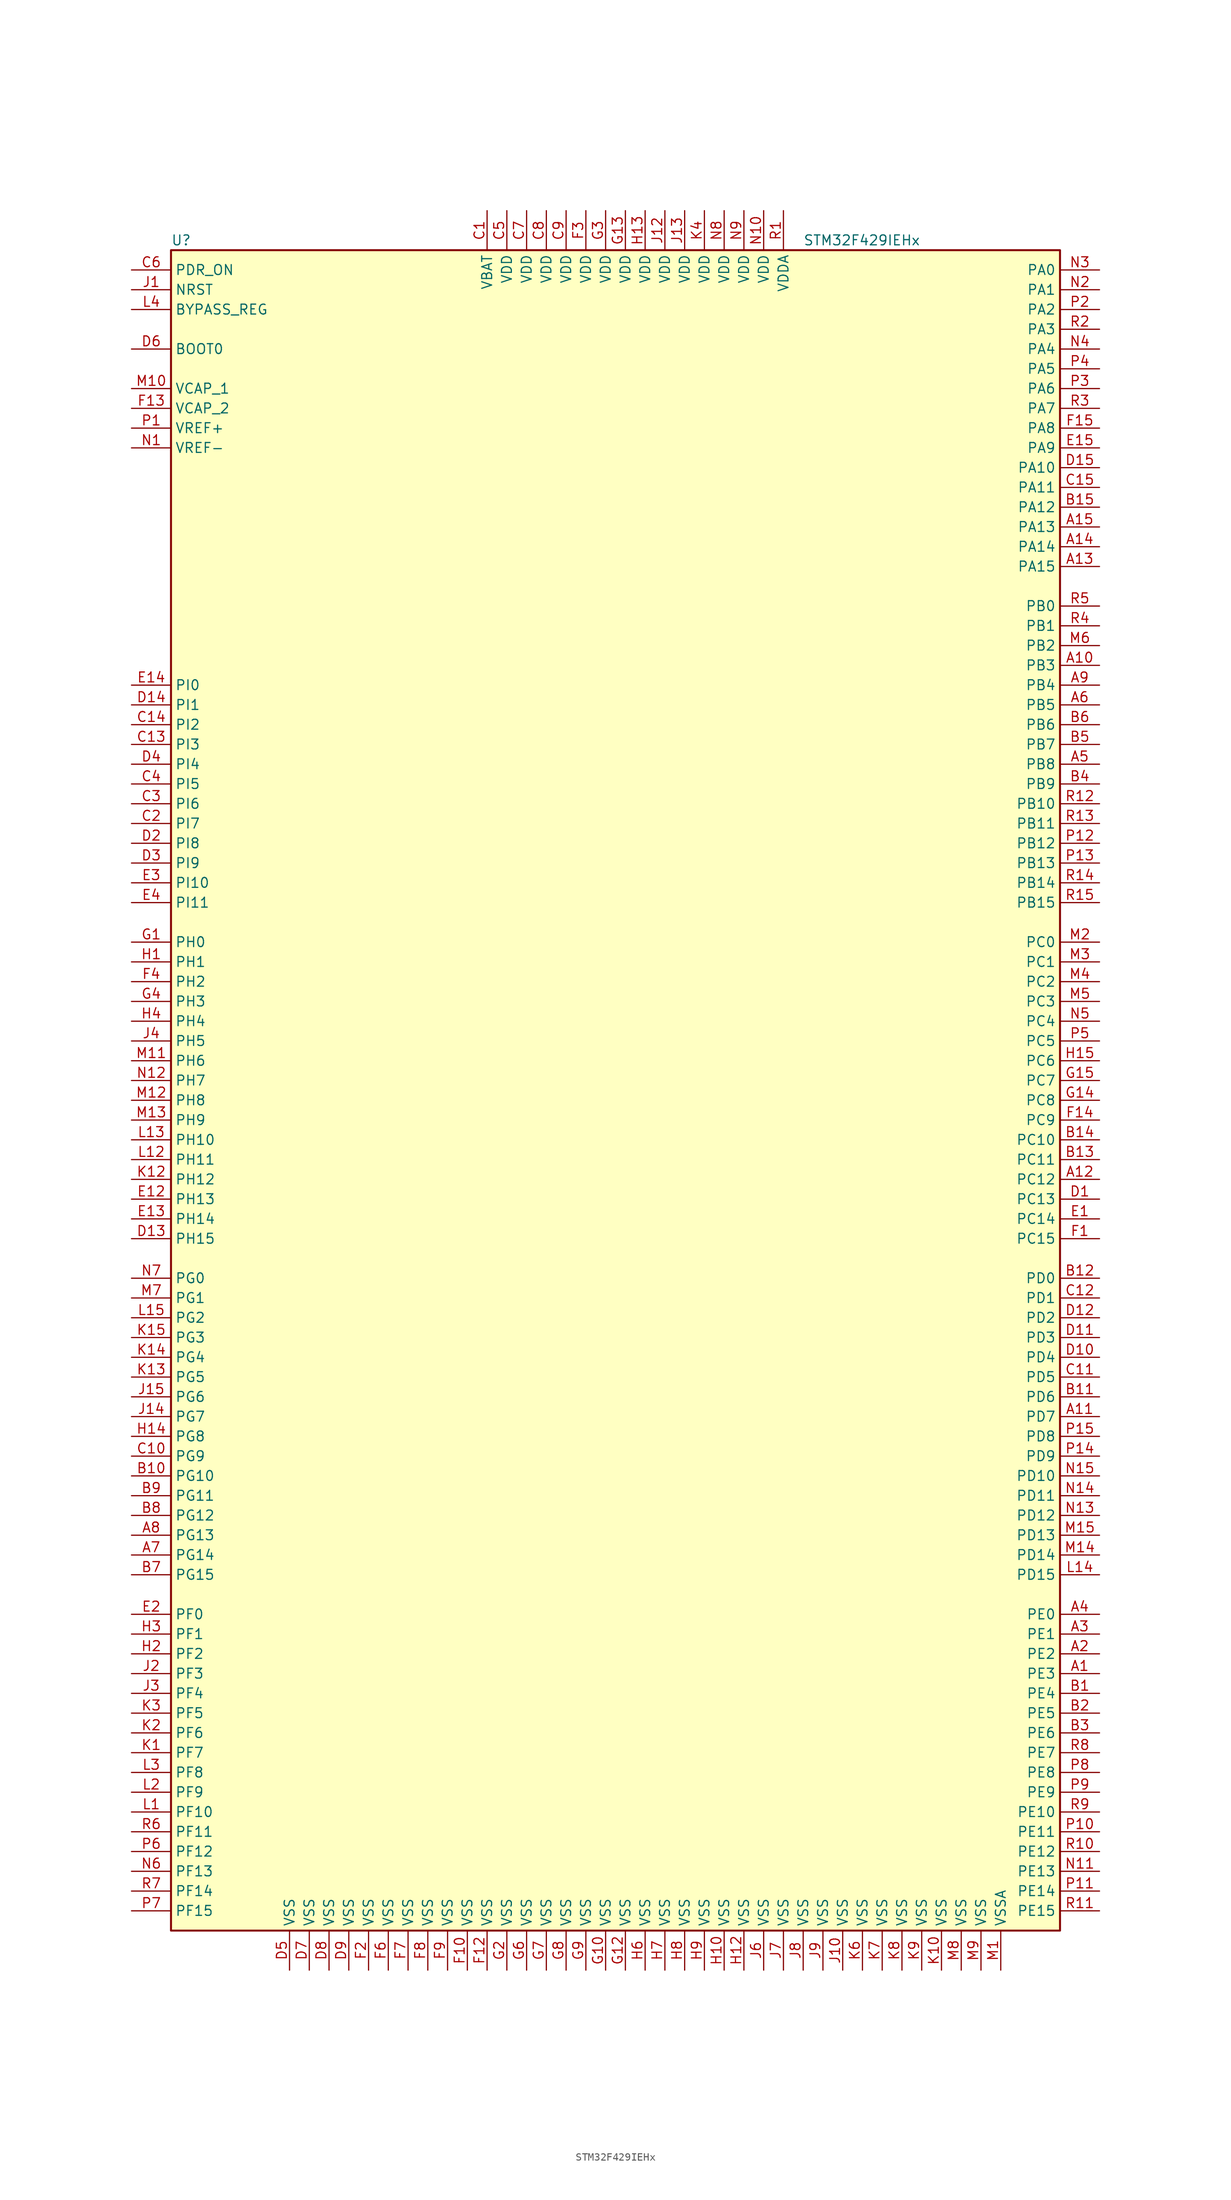
<source format=kicad_sym>
(kicad_symbol_lib
  (version 20211014)
  (generator kicad_symbol_editor)
  (symbol "STM32F429IEHx"
    (property "Reference" "U"
      (at -58.42 107.95 0)
      (effects (font (size 1.27 1.27)) (justify left)))
    (property "Value" "STM32F429IEHx"
      (at 22.86 107.95 0)
      (effects (font (size 1.27 1.27)) (justify left)))
    (symbol "STM32F429IEHx_0_1"
      (rectangle (start -58.42 -109.22) (end 55.88 106.68) (stroke (width 0.254) (type default) (color 0 0 0 0)) (fill (type background))))
    (symbol "STM32F429IEHx_1_1"
      (pin bidirectional line (at 60.96 -76.2 180) (length 5.08) (name "PE3" (effects (font (size 1.27 1.27)))) (number "A1" (effects (font (size 1.27 1.27)))))
      (pin bidirectional line (at 60.96 53.34 180) (length 5.08) (name "PB3" (effects (font (size 1.27 1.27)))) (number "A10" (effects (font (size 1.27 1.27)))))
      (pin bidirectional line (at 60.96 -43.18 180) (length 5.08) (name "PD7" (effects (font (size 1.27 1.27)))) (number "A11" (effects (font (size 1.27 1.27)))))
      (pin bidirectional line (at 60.96 -12.7 180) (length 5.08) (name "PC12" (effects (font (size 1.27 1.27)))) (number "A12" (effects (font (size 1.27 1.27)))))
      (pin bidirectional line (at 60.96 66.04 180) (length 5.08) (name "PA15" (effects (font (size 1.27 1.27)))) (number "A13" (effects (font (size 1.27 1.27)))))
      (pin bidirectional line (at 60.96 68.58 180) (length 5.08) (name "PA14" (effects (font (size 1.27 1.27)))) (number "A14" (effects (font (size 1.27 1.27)))))
      (pin bidirectional line (at 60.96 71.12 180) (length 5.08) (name "PA13" (effects (font (size 1.27 1.27)))) (number "A15" (effects (font (size 1.27 1.27)))))
      (pin bidirectional line (at 60.96 -73.66 180) (length 5.08) (name "PE2" (effects (font (size 1.27 1.27)))) (number "A2" (effects (font (size 1.27 1.27)))))
      (pin bidirectional line (at 60.96 -71.12 180) (length 5.08) (name "PE1" (effects (font (size 1.27 1.27)))) (number "A3" (effects (font (size 1.27 1.27)))))
      (pin bidirectional line (at 60.96 -68.58 180) (length 5.08) (name "PE0" (effects (font (size 1.27 1.27)))) (number "A4" (effects (font (size 1.27 1.27)))))
      (pin bidirectional line (at 60.96 40.64 180) (length 5.08) (name "PB8" (effects (font (size 1.27 1.27)))) (number "A5" (effects (font (size 1.27 1.27)))))
      (pin bidirectional line (at 60.96 48.26 180) (length 5.08) (name "PB5" (effects (font (size 1.27 1.27)))) (number "A6" (effects (font (size 1.27 1.27)))))
      (pin bidirectional line (at -63.5 -60.96 0) (length 5.08) (name "PG14" (effects (font (size 1.27 1.27)))) (number "A7" (effects (font (size 1.27 1.27)))))
      (pin bidirectional line (at -63.5 -58.42 0) (length 5.08) (name "PG13" (effects (font (size 1.27 1.27)))) (number "A8" (effects (font (size 1.27 1.27)))))
      (pin bidirectional line (at 60.96 50.8 180) (length 5.08) (name "PB4" (effects (font (size 1.27 1.27)))) (number "A9" (effects (font (size 1.27 1.27)))))
      (pin bidirectional line (at 60.96 -78.74 180) (length 5.08) (name "PE4" (effects (font (size 1.27 1.27)))) (number "B1" (effects (font (size 1.27 1.27)))))
      (pin bidirectional line (at -63.5 -50.8 0) (length 5.08) (name "PG10" (effects (font (size 1.27 1.27)))) (number "B10" (effects (font (size 1.27 1.27)))))
      (pin bidirectional line (at 60.96 -40.64 180) (length 5.08) (name "PD6" (effects (font (size 1.27 1.27)))) (number "B11" (effects (font (size 1.27 1.27)))))
      (pin bidirectional line (at 60.96 -25.4 180) (length 5.08) (name "PD0" (effects (font (size 1.27 1.27)))) (number "B12" (effects (font (size 1.27 1.27)))))
      (pin bidirectional line (at 60.96 -10.16 180) (length 5.08) (name "PC11" (effects (font (size 1.27 1.27)))) (number "B13" (effects (font (size 1.27 1.27)))))
      (pin bidirectional line (at 60.96 -7.62 180) (length 5.08) (name "PC10" (effects (font (size 1.27 1.27)))) (number "B14" (effects (font (size 1.27 1.27)))))
      (pin bidirectional line (at 60.96 73.66 180) (length 5.08) (name "PA12" (effects (font (size 1.27 1.27)))) (number "B15" (effects (font (size 1.27 1.27)))))
      (pin bidirectional line (at 60.96 -81.28 180) (length 5.08) (name "PE5" (effects (font (size 1.27 1.27)))) (number "B2" (effects (font (size 1.27 1.27)))))
      (pin bidirectional line (at 60.96 -83.82 180) (length 5.08) (name "PE6" (effects (font (size 1.27 1.27)))) (number "B3" (effects (font (size 1.27 1.27)))))
      (pin bidirectional line (at 60.96 38.1 180) (length 5.08) (name "PB9" (effects (font (size 1.27 1.27)))) (number "B4" (effects (font (size 1.27 1.27)))))
      (pin bidirectional line (at 60.96 43.18 180) (length 5.08) (name "PB7" (effects (font (size 1.27 1.27)))) (number "B5" (effects (font (size 1.27 1.27)))))
      (pin bidirectional line (at 60.96 45.72 180) (length 5.08) (name "PB6" (effects (font (size 1.27 1.27)))) (number "B6" (effects (font (size 1.27 1.27)))))
      (pin bidirectional line (at -63.5 -63.5 0) (length 5.08) (name "PG15" (effects (font (size 1.27 1.27)))) (number "B7" (effects (font (size 1.27 1.27)))))
      (pin bidirectional line (at -63.5 -55.88 0) (length 5.08) (name "PG12" (effects (font (size 1.27 1.27)))) (number "B8" (effects (font (size 1.27 1.27)))))
      (pin bidirectional line (at -63.5 -53.34 0) (length 5.08) (name "PG11" (effects (font (size 1.27 1.27)))) (number "B9" (effects (font (size 1.27 1.27)))))
      (pin power_in line (at -17.78 111.76 270) (length 5.08) (name "VBAT" (effects (font (size 1.27 1.27)))) (number "C1" (effects (font (size 1.27 1.27)))))
      (pin bidirectional line (at -63.5 -48.26 0) (length 5.08) (name "PG9" (effects (font (size 1.27 1.27)))) (number "C10" (effects (font (size 1.27 1.27)))))
      (pin bidirectional line (at 60.96 -38.1 180) (length 5.08) (name "PD5" (effects (font (size 1.27 1.27)))) (number "C11" (effects (font (size 1.27 1.27)))))
      (pin bidirectional line (at 60.96 -27.94 180) (length 5.08) (name "PD1" (effects (font (size 1.27 1.27)))) (number "C12" (effects (font (size 1.27 1.27)))))
      (pin bidirectional line (at -63.5 43.18 0) (length 5.08) (name "PI3" (effects (font (size 1.27 1.27)))) (number "C13" (effects (font (size 1.27 1.27)))))
      (pin bidirectional line (at -63.5 45.72 0) (length 5.08) (name "PI2" (effects (font (size 1.27 1.27)))) (number "C14" (effects (font (size 1.27 1.27)))))
      (pin bidirectional line (at 60.96 76.2 180) (length 5.08) (name "PA11" (effects (font (size 1.27 1.27)))) (number "C15" (effects (font (size 1.27 1.27)))))
      (pin bidirectional line (at -63.5 33.02 0) (length 5.08) (name "PI7" (effects (font (size 1.27 1.27)))) (number "C2" (effects (font (size 1.27 1.27)))))
      (pin bidirectional line (at -63.5 35.56 0) (length 5.08) (name "PI6" (effects (font (size 1.27 1.27)))) (number "C3" (effects (font (size 1.27 1.27)))))
      (pin bidirectional line (at -63.5 38.1 0) (length 5.08) (name "PI5" (effects (font (size 1.27 1.27)))) (number "C4" (effects (font (size 1.27 1.27)))))
      (pin power_in line (at -15.24 111.76 270) (length 5.08) (name "VDD" (effects (font (size 1.27 1.27)))) (number "C5" (effects (font (size 1.27 1.27)))))
      (pin input line (at -63.5 104.14 0) (length 5.08) (name "PDR_ON" (effects (font (size 1.27 1.27)))) (number "C6" (effects (font (size 1.27 1.27)))))
      (pin power_in line (at -12.7 111.76 270) (length 5.08) (name "VDD" (effects (font (size 1.27 1.27)))) (number "C7" (effects (font (size 1.27 1.27)))))
      (pin power_in line (at -10.16 111.76 270) (length 5.08) (name "VDD" (effects (font (size 1.27 1.27)))) (number "C8" (effects (font (size 1.27 1.27)))))
      (pin power_in line (at -7.62 111.76 270) (length 5.08) (name "VDD" (effects (font (size 1.27 1.27)))) (number "C9" (effects (font (size 1.27 1.27)))))
      (pin bidirectional line (at 60.96 -15.24 180) (length 5.08) (name "PC13" (effects (font (size 1.27 1.27)))) (number "D1" (effects (font (size 1.27 1.27)))))
      (pin bidirectional line (at 60.96 -35.56 180) (length 5.08) (name "PD4" (effects (font (size 1.27 1.27)))) (number "D10" (effects (font (size 1.27 1.27)))))
      (pin bidirectional line (at 60.96 -33.02 180) (length 5.08) (name "PD3" (effects (font (size 1.27 1.27)))) (number "D11" (effects (font (size 1.27 1.27)))))
      (pin bidirectional line (at 60.96 -30.48 180) (length 5.08) (name "PD2" (effects (font (size 1.27 1.27)))) (number "D12" (effects (font (size 1.27 1.27)))))
      (pin bidirectional line (at -63.5 -20.32 0) (length 5.08) (name "PH15" (effects (font (size 1.27 1.27)))) (number "D13" (effects (font (size 1.27 1.27)))))
      (pin bidirectional line (at -63.5 48.26 0) (length 5.08) (name "PI1" (effects (font (size 1.27 1.27)))) (number "D14" (effects (font (size 1.27 1.27)))))
      (pin bidirectional line (at 60.96 78.74 180) (length 5.08) (name "PA10" (effects (font (size 1.27 1.27)))) (number "D15" (effects (font (size 1.27 1.27)))))
      (pin bidirectional line (at -63.5 30.48 0) (length 5.08) (name "PI8" (effects (font (size 1.27 1.27)))) (number "D2" (effects (font (size 1.27 1.27)))))
      (pin bidirectional line (at -63.5 27.94 0) (length 5.08) (name "PI9" (effects (font (size 1.27 1.27)))) (number "D3" (effects (font (size 1.27 1.27)))))
      (pin bidirectional line (at -63.5 40.64 0) (length 5.08) (name "PI4" (effects (font (size 1.27 1.27)))) (number "D4" (effects (font (size 1.27 1.27)))))
      (pin power_in line (at -43.18 -114.3 90) (length 5.08) (name "VSS" (effects (font (size 1.27 1.27)))) (number "D5" (effects (font (size 1.27 1.27)))))
      (pin input line (at -63.5 93.98 0) (length 5.08) (name "BOOT0" (effects (font (size 1.27 1.27)))) (number "D6" (effects (font (size 1.27 1.27)))))
      (pin power_in line (at -40.64 -114.3 90) (length 5.08) (name "VSS" (effects (font (size 1.27 1.27)))) (number "D7" (effects (font (size 1.27 1.27)))))
      (pin power_in line (at -38.1 -114.3 90) (length 5.08) (name "VSS" (effects (font (size 1.27 1.27)))) (number "D8" (effects (font (size 1.27 1.27)))))
      (pin power_in line (at -35.56 -114.3 90) (length 5.08) (name "VSS" (effects (font (size 1.27 1.27)))) (number "D9" (effects (font (size 1.27 1.27)))))
      (pin bidirectional line (at 60.96 -17.78 180) (length 5.08) (name "PC14" (effects (font (size 1.27 1.27)))) (number "E1" (effects (font (size 1.27 1.27)))))
      (pin bidirectional line (at -63.5 -15.24 0) (length 5.08) (name "PH13" (effects (font (size 1.27 1.27)))) (number "E12" (effects (font (size 1.27 1.27)))))
      (pin bidirectional line (at -63.5 -17.78 0) (length 5.08) (name "PH14" (effects (font (size 1.27 1.27)))) (number "E13" (effects (font (size 1.27 1.27)))))
      (pin bidirectional line (at -63.5 50.8 0) (length 5.08) (name "PI0" (effects (font (size 1.27 1.27)))) (number "E14" (effects (font (size 1.27 1.27)))))
      (pin bidirectional line (at 60.96 81.28 180) (length 5.08) (name "PA9" (effects (font (size 1.27 1.27)))) (number "E15" (effects (font (size 1.27 1.27)))))
      (pin bidirectional line (at -63.5 -68.58 0) (length 5.08) (name "PF0" (effects (font (size 1.27 1.27)))) (number "E2" (effects (font (size 1.27 1.27)))))
      (pin bidirectional line (at -63.5 25.4 0) (length 5.08) (name "PI10" (effects (font (size 1.27 1.27)))) (number "E3" (effects (font (size 1.27 1.27)))))
      (pin bidirectional line (at -63.5 22.86 0) (length 5.08) (name "PI11" (effects (font (size 1.27 1.27)))) (number "E4" (effects (font (size 1.27 1.27)))))
      (pin bidirectional line (at 60.96 -20.32 180) (length 5.08) (name "PC15" (effects (font (size 1.27 1.27)))) (number "F1" (effects (font (size 1.27 1.27)))))
      (pin power_in line (at -20.32 -114.3 90) (length 5.08) (name "VSS" (effects (font (size 1.27 1.27)))) (number "F10" (effects (font (size 1.27 1.27)))))
      (pin power_in line (at -17.78 -114.3 90) (length 5.08) (name "VSS" (effects (font (size 1.27 1.27)))) (number "F12" (effects (font (size 1.27 1.27)))))
      (pin power_in line (at -63.5 86.36 0) (length 5.08) (name "VCAP_2" (effects (font (size 1.27 1.27)))) (number "F13" (effects (font (size 1.27 1.27)))))
      (pin bidirectional line (at 60.96 -5.08 180) (length 5.08) (name "PC9" (effects (font (size 1.27 1.27)))) (number "F14" (effects (font (size 1.27 1.27)))))
      (pin bidirectional line (at 60.96 83.82 180) (length 5.08) (name "PA8" (effects (font (size 1.27 1.27)))) (number "F15" (effects (font (size 1.27 1.27)))))
      (pin power_in line (at -33.02 -114.3 90) (length 5.08) (name "VSS" (effects (font (size 1.27 1.27)))) (number "F2" (effects (font (size 1.27 1.27)))))
      (pin power_in line (at -5.08 111.76 270) (length 5.08) (name "VDD" (effects (font (size 1.27 1.27)))) (number "F3" (effects (font (size 1.27 1.27)))))
      (pin bidirectional line (at -63.5 12.7 0) (length 5.08) (name "PH2" (effects (font (size 1.27 1.27)))) (number "F4" (effects (font (size 1.27 1.27)))))
      (pin power_in line (at -30.48 -114.3 90) (length 5.08) (name "VSS" (effects (font (size 1.27 1.27)))) (number "F6" (effects (font (size 1.27 1.27)))))
      (pin power_in line (at -27.94 -114.3 90) (length 5.08) (name "VSS" (effects (font (size 1.27 1.27)))) (number "F7" (effects (font (size 1.27 1.27)))))
      (pin power_in line (at -25.4 -114.3 90) (length 5.08) (name "VSS" (effects (font (size 1.27 1.27)))) (number "F8" (effects (font (size 1.27 1.27)))))
      (pin power_in line (at -22.86 -114.3 90) (length 5.08) (name "VSS" (effects (font (size 1.27 1.27)))) (number "F9" (effects (font (size 1.27 1.27)))))
      (pin input line (at -63.5 17.78 0) (length 5.08) (name "PH0" (effects (font (size 1.27 1.27)))) (number "G1" (effects (font (size 1.27 1.27)))))
      (pin power_in line (at -2.54 -114.3 90) (length 5.08) (name "VSS" (effects (font (size 1.27 1.27)))) (number "G10" (effects (font (size 1.27 1.27)))))
      (pin power_in line (at 0 -114.3 90) (length 5.08) (name "VSS" (effects (font (size 1.27 1.27)))) (number "G12" (effects (font (size 1.27 1.27)))))
      (pin power_in line (at 0 111.76 270) (length 5.08) (name "VDD" (effects (font (size 1.27 1.27)))) (number "G13" (effects (font (size 1.27 1.27)))))
      (pin bidirectional line (at 60.96 -2.54 180) (length 5.08) (name "PC8" (effects (font (size 1.27 1.27)))) (number "G14" (effects (font (size 1.27 1.27)))))
      (pin bidirectional line (at 60.96 0 180) (length 5.08) (name "PC7" (effects (font (size 1.27 1.27)))) (number "G15" (effects (font (size 1.27 1.27)))))
      (pin power_in line (at -15.24 -114.3 90) (length 5.08) (name "VSS" (effects (font (size 1.27 1.27)))) (number "G2" (effects (font (size 1.27 1.27)))))
      (pin power_in line (at -2.54 111.76 270) (length 5.08) (name "VDD" (effects (font (size 1.27 1.27)))) (number "G3" (effects (font (size 1.27 1.27)))))
      (pin bidirectional line (at -63.5 10.16 0) (length 5.08) (name "PH3" (effects (font (size 1.27 1.27)))) (number "G4" (effects (font (size 1.27 1.27)))))
      (pin power_in line (at -12.7 -114.3 90) (length 5.08) (name "VSS" (effects (font (size 1.27 1.27)))) (number "G6" (effects (font (size 1.27 1.27)))))
      (pin power_in line (at -10.16 -114.3 90) (length 5.08) (name "VSS" (effects (font (size 1.27 1.27)))) (number "G7" (effects (font (size 1.27 1.27)))))
      (pin power_in line (at -7.62 -114.3 90) (length 5.08) (name "VSS" (effects (font (size 1.27 1.27)))) (number "G8" (effects (font (size 1.27 1.27)))))
      (pin power_in line (at -5.08 -114.3 90) (length 5.08) (name "VSS" (effects (font (size 1.27 1.27)))) (number "G9" (effects (font (size 1.27 1.27)))))
      (pin input line (at -63.5 15.24 0) (length 5.08) (name "PH1" (effects (font (size 1.27 1.27)))) (number "H1" (effects (font (size 1.27 1.27)))))
      (pin power_in line (at 12.7 -114.3 90) (length 5.08) (name "VSS" (effects (font (size 1.27 1.27)))) (number "H10" (effects (font (size 1.27 1.27)))))
      (pin power_in line (at 15.24 -114.3 90) (length 5.08) (name "VSS" (effects (font (size 1.27 1.27)))) (number "H12" (effects (font (size 1.27 1.27)))))
      (pin power_in line (at 2.54 111.76 270) (length 5.08) (name "VDD" (effects (font (size 1.27 1.27)))) (number "H13" (effects (font (size 1.27 1.27)))))
      (pin bidirectional line (at -63.5 -45.72 0) (length 5.08) (name "PG8" (effects (font (size 1.27 1.27)))) (number "H14" (effects (font (size 1.27 1.27)))))
      (pin bidirectional line (at 60.96 2.54 180) (length 5.08) (name "PC6" (effects (font (size 1.27 1.27)))) (number "H15" (effects (font (size 1.27 1.27)))))
      (pin bidirectional line (at -63.5 -73.66 0) (length 5.08) (name "PF2" (effects (font (size 1.27 1.27)))) (number "H2" (effects (font (size 1.27 1.27)))))
      (pin bidirectional line (at -63.5 -71.12 0) (length 5.08) (name "PF1" (effects (font (size 1.27 1.27)))) (number "H3" (effects (font (size 1.27 1.27)))))
      (pin bidirectional line (at -63.5 7.62 0) (length 5.08) (name "PH4" (effects (font (size 1.27 1.27)))) (number "H4" (effects (font (size 1.27 1.27)))))
      (pin power_in line (at 2.54 -114.3 90) (length 5.08) (name "VSS" (effects (font (size 1.27 1.27)))) (number "H6" (effects (font (size 1.27 1.27)))))
      (pin power_in line (at 5.08 -114.3 90) (length 5.08) (name "VSS" (effects (font (size 1.27 1.27)))) (number "H7" (effects (font (size 1.27 1.27)))))
      (pin power_in line (at 7.62 -114.3 90) (length 5.08) (name "VSS" (effects (font (size 1.27 1.27)))) (number "H8" (effects (font (size 1.27 1.27)))))
      (pin power_in line (at 10.16 -114.3 90) (length 5.08) (name "VSS" (effects (font (size 1.27 1.27)))) (number "H9" (effects (font (size 1.27 1.27)))))
      (pin input line (at -63.5 101.6 0) (length 5.08) (name "NRST" (effects (font (size 1.27 1.27)))) (number "J1" (effects (font (size 1.27 1.27)))))
      (pin power_in line (at 27.94 -114.3 90) (length 5.08) (name "VSS" (effects (font (size 1.27 1.27)))) (number "J10" (effects (font (size 1.27 1.27)))))
      (pin power_in line (at 5.08 111.76 270) (length 5.08) (name "VDD" (effects (font (size 1.27 1.27)))) (number "J12" (effects (font (size 1.27 1.27)))))
      (pin power_in line (at 7.62 111.76 270) (length 5.08) (name "VDD" (effects (font (size 1.27 1.27)))) (number "J13" (effects (font (size 1.27 1.27)))))
      (pin bidirectional line (at -63.5 -43.18 0) (length 5.08) (name "PG7" (effects (font (size 1.27 1.27)))) (number "J14" (effects (font (size 1.27 1.27)))))
      (pin bidirectional line (at -63.5 -40.64 0) (length 5.08) (name "PG6" (effects (font (size 1.27 1.27)))) (number "J15" (effects (font (size 1.27 1.27)))))
      (pin bidirectional line (at -63.5 -76.2 0) (length 5.08) (name "PF3" (effects (font (size 1.27 1.27)))) (number "J2" (effects (font (size 1.27 1.27)))))
      (pin bidirectional line (at -63.5 -78.74 0) (length 5.08) (name "PF4" (effects (font (size 1.27 1.27)))) (number "J3" (effects (font (size 1.27 1.27)))))
      (pin bidirectional line (at -63.5 5.08 0) (length 5.08) (name "PH5" (effects (font (size 1.27 1.27)))) (number "J4" (effects (font (size 1.27 1.27)))))
      (pin power_in line (at 17.78 -114.3 90) (length 5.08) (name "VSS" (effects (font (size 1.27 1.27)))) (number "J6" (effects (font (size 1.27 1.27)))))
      (pin power_in line (at 20.32 -114.3 90) (length 5.08) (name "VSS" (effects (font (size 1.27 1.27)))) (number "J7" (effects (font (size 1.27 1.27)))))
      (pin power_in line (at 22.86 -114.3 90) (length 5.08) (name "VSS" (effects (font (size 1.27 1.27)))) (number "J8" (effects (font (size 1.27 1.27)))))
      (pin power_in line (at 25.4 -114.3 90) (length 5.08) (name "VSS" (effects (font (size 1.27 1.27)))) (number "J9" (effects (font (size 1.27 1.27)))))
      (pin bidirectional line (at -63.5 -86.36 0) (length 5.08) (name "PF7" (effects (font (size 1.27 1.27)))) (number "K1" (effects (font (size 1.27 1.27)))))
      (pin power_in line (at 40.64 -114.3 90) (length 5.08) (name "VSS" (effects (font (size 1.27 1.27)))) (number "K10" (effects (font (size 1.27 1.27)))))
      (pin bidirectional line (at -63.5 -12.7 0) (length 5.08) (name "PH12" (effects (font (size 1.27 1.27)))) (number "K12" (effects (font (size 1.27 1.27)))))
      (pin bidirectional line (at -63.5 -38.1 0) (length 5.08) (name "PG5" (effects (font (size 1.27 1.27)))) (number "K13" (effects (font (size 1.27 1.27)))))
      (pin bidirectional line (at -63.5 -35.56 0) (length 5.08) (name "PG4" (effects (font (size 1.27 1.27)))) (number "K14" (effects (font (size 1.27 1.27)))))
      (pin bidirectional line (at -63.5 -33.02 0) (length 5.08) (name "PG3" (effects (font (size 1.27 1.27)))) (number "K15" (effects (font (size 1.27 1.27)))))
      (pin bidirectional line (at -63.5 -83.82 0) (length 5.08) (name "PF6" (effects (font (size 1.27 1.27)))) (number "K2" (effects (font (size 1.27 1.27)))))
      (pin bidirectional line (at -63.5 -81.28 0) (length 5.08) (name "PF5" (effects (font (size 1.27 1.27)))) (number "K3" (effects (font (size 1.27 1.27)))))
      (pin power_in line (at 10.16 111.76 270) (length 5.08) (name "VDD" (effects (font (size 1.27 1.27)))) (number "K4" (effects (font (size 1.27 1.27)))))
      (pin power_in line (at 30.48 -114.3 90) (length 5.08) (name "VSS" (effects (font (size 1.27 1.27)))) (number "K6" (effects (font (size 1.27 1.27)))))
      (pin power_in line (at 33.02 -114.3 90) (length 5.08) (name "VSS" (effects (font (size 1.27 1.27)))) (number "K7" (effects (font (size 1.27 1.27)))))
      (pin power_in line (at 35.56 -114.3 90) (length 5.08) (name "VSS" (effects (font (size 1.27 1.27)))) (number "K8" (effects (font (size 1.27 1.27)))))
      (pin power_in line (at 38.1 -114.3 90) (length 5.08) (name "VSS" (effects (font (size 1.27 1.27)))) (number "K9" (effects (font (size 1.27 1.27)))))
      (pin bidirectional line (at -63.5 -93.98 0) (length 5.08) (name "PF10" (effects (font (size 1.27 1.27)))) (number "L1" (effects (font (size 1.27 1.27)))))
      (pin bidirectional line (at -63.5 -10.16 0) (length 5.08) (name "PH11" (effects (font (size 1.27 1.27)))) (number "L12" (effects (font (size 1.27 1.27)))))
      (pin bidirectional line (at -63.5 -7.62 0) (length 5.08) (name "PH10" (effects (font (size 1.27 1.27)))) (number "L13" (effects (font (size 1.27 1.27)))))
      (pin bidirectional line (at 60.96 -63.5 180) (length 5.08) (name "PD15" (effects (font (size 1.27 1.27)))) (number "L14" (effects (font (size 1.27 1.27)))))
      (pin bidirectional line (at -63.5 -30.48 0) (length 5.08) (name "PG2" (effects (font (size 1.27 1.27)))) (number "L15" (effects (font (size 1.27 1.27)))))
      (pin bidirectional line (at -63.5 -91.44 0) (length 5.08) (name "PF9" (effects (font (size 1.27 1.27)))) (number "L2" (effects (font (size 1.27 1.27)))))
      (pin bidirectional line (at -63.5 -88.9 0) (length 5.08) (name "PF8" (effects (font (size 1.27 1.27)))) (number "L3" (effects (font (size 1.27 1.27)))))
      (pin input line (at -63.5 99.06 0) (length 5.08) (name "BYPASS_REG" (effects (font (size 1.27 1.27)))) (number "L4" (effects (font (size 1.27 1.27)))))
      (pin power_in line (at 48.26 -114.3 90) (length 5.08) (name "VSSA" (effects (font (size 1.27 1.27)))) (number "M1" (effects (font (size 1.27 1.27)))))
      (pin power_in line (at -63.5 88.9 0) (length 5.08) (name "VCAP_1" (effects (font (size 1.27 1.27)))) (number "M10" (effects (font (size 1.27 1.27)))))
      (pin bidirectional line (at -63.5 2.54 0) (length 5.08) (name "PH6" (effects (font (size 1.27 1.27)))) (number "M11" (effects (font (size 1.27 1.27)))))
      (pin bidirectional line (at -63.5 -2.54 0) (length 5.08) (name "PH8" (effects (font (size 1.27 1.27)))) (number "M12" (effects (font (size 1.27 1.27)))))
      (pin bidirectional line (at -63.5 -5.08 0) (length 5.08) (name "PH9" (effects (font (size 1.27 1.27)))) (number "M13" (effects (font (size 1.27 1.27)))))
      (pin bidirectional line (at 60.96 -60.96 180) (length 5.08) (name "PD14" (effects (font (size 1.27 1.27)))) (number "M14" (effects (font (size 1.27 1.27)))))
      (pin bidirectional line (at 60.96 -58.42 180) (length 5.08) (name "PD13" (effects (font (size 1.27 1.27)))) (number "M15" (effects (font (size 1.27 1.27)))))
      (pin bidirectional line (at 60.96 17.78 180) (length 5.08) (name "PC0" (effects (font (size 1.27 1.27)))) (number "M2" (effects (font (size 1.27 1.27)))))
      (pin bidirectional line (at 60.96 15.24 180) (length 5.08) (name "PC1" (effects (font (size 1.27 1.27)))) (number "M3" (effects (font (size 1.27 1.27)))))
      (pin bidirectional line (at 60.96 12.7 180) (length 5.08) (name "PC2" (effects (font (size 1.27 1.27)))) (number "M4" (effects (font (size 1.27 1.27)))))
      (pin bidirectional line (at 60.96 10.16 180) (length 5.08) (name "PC3" (effects (font (size 1.27 1.27)))) (number "M5" (effects (font (size 1.27 1.27)))))
      (pin bidirectional line (at 60.96 55.88 180) (length 5.08) (name "PB2" (effects (font (size 1.27 1.27)))) (number "M6" (effects (font (size 1.27 1.27)))))
      (pin bidirectional line (at -63.5 -27.94 0) (length 5.08) (name "PG1" (effects (font (size 1.27 1.27)))) (number "M7" (effects (font (size 1.27 1.27)))))
      (pin power_in line (at 43.18 -114.3 90) (length 5.08) (name "VSS" (effects (font (size 1.27 1.27)))) (number "M8" (effects (font (size 1.27 1.27)))))
      (pin power_in line (at 45.72 -114.3 90) (length 5.08) (name "VSS" (effects (font (size 1.27 1.27)))) (number "M9" (effects (font (size 1.27 1.27)))))
      (pin power_in line (at -63.5 81.28 0) (length 5.08) (name "VREF-" (effects (font (size 1.27 1.27)))) (number "N1" (effects (font (size 1.27 1.27)))))
      (pin power_in line (at 17.78 111.76 270) (length 5.08) (name "VDD" (effects (font (size 1.27 1.27)))) (number "N10" (effects (font (size 1.27 1.27)))))
      (pin bidirectional line (at 60.96 -101.6 180) (length 5.08) (name "PE13" (effects (font (size 1.27 1.27)))) (number "N11" (effects (font (size 1.27 1.27)))))
      (pin bidirectional line (at -63.5 0 0) (length 5.08) (name "PH7" (effects (font (size 1.27 1.27)))) (number "N12" (effects (font (size 1.27 1.27)))))
      (pin bidirectional line (at 60.96 -55.88 180) (length 5.08) (name "PD12" (effects (font (size 1.27 1.27)))) (number "N13" (effects (font (size 1.27 1.27)))))
      (pin bidirectional line (at 60.96 -53.34 180) (length 5.08) (name "PD11" (effects (font (size 1.27 1.27)))) (number "N14" (effects (font (size 1.27 1.27)))))
      (pin bidirectional line (at 60.96 -50.8 180) (length 5.08) (name "PD10" (effects (font (size 1.27 1.27)))) (number "N15" (effects (font (size 1.27 1.27)))))
      (pin bidirectional line (at 60.96 101.6 180) (length 5.08) (name "PA1" (effects (font (size 1.27 1.27)))) (number "N2" (effects (font (size 1.27 1.27)))))
      (pin bidirectional line (at 60.96 104.14 180) (length 5.08) (name "PA0" (effects (font (size 1.27 1.27)))) (number "N3" (effects (font (size 1.27 1.27)))))
      (pin bidirectional line (at 60.96 93.98 180) (length 5.08) (name "PA4" (effects (font (size 1.27 1.27)))) (number "N4" (effects (font (size 1.27 1.27)))))
      (pin bidirectional line (at 60.96 7.62 180) (length 5.08) (name "PC4" (effects (font (size 1.27 1.27)))) (number "N5" (effects (font (size 1.27 1.27)))))
      (pin bidirectional line (at -63.5 -101.6 0) (length 5.08) (name "PF13" (effects (font (size 1.27 1.27)))) (number "N6" (effects (font (size 1.27 1.27)))))
      (pin bidirectional line (at -63.5 -25.4 0) (length 5.08) (name "PG0" (effects (font (size 1.27 1.27)))) (number "N7" (effects (font (size 1.27 1.27)))))
      (pin power_in line (at 12.7 111.76 270) (length 5.08) (name "VDD" (effects (font (size 1.27 1.27)))) (number "N8" (effects (font (size 1.27 1.27)))))
      (pin power_in line (at 15.24 111.76 270) (length 5.08) (name "VDD" (effects (font (size 1.27 1.27)))) (number "N9" (effects (font (size 1.27 1.27)))))
      (pin power_in line (at -63.5 83.82 0) (length 5.08) (name "VREF+" (effects (font (size 1.27 1.27)))) (number "P1" (effects (font (size 1.27 1.27)))))
      (pin bidirectional line (at 60.96 -96.52 180) (length 5.08) (name "PE11" (effects (font (size 1.27 1.27)))) (number "P10" (effects (font (size 1.27 1.27)))))
      (pin bidirectional line (at 60.96 -104.14 180) (length 5.08) (name "PE14" (effects (font (size 1.27 1.27)))) (number "P11" (effects (font (size 1.27 1.27)))))
      (pin bidirectional line (at 60.96 30.48 180) (length 5.08) (name "PB12" (effects (font (size 1.27 1.27)))) (number "P12" (effects (font (size 1.27 1.27)))))
      (pin bidirectional line (at 60.96 27.94 180) (length 5.08) (name "PB13" (effects (font (size 1.27 1.27)))) (number "P13" (effects (font (size 1.27 1.27)))))
      (pin bidirectional line (at 60.96 -48.26 180) (length 5.08) (name "PD9" (effects (font (size 1.27 1.27)))) (number "P14" (effects (font (size 1.27 1.27)))))
      (pin bidirectional line (at 60.96 -45.72 180) (length 5.08) (name "PD8" (effects (font (size 1.27 1.27)))) (number "P15" (effects (font (size 1.27 1.27)))))
      (pin bidirectional line (at 60.96 99.06 180) (length 5.08) (name "PA2" (effects (font (size 1.27 1.27)))) (number "P2" (effects (font (size 1.27 1.27)))))
      (pin bidirectional line (at 60.96 88.9 180) (length 5.08) (name "PA6" (effects (font (size 1.27 1.27)))) (number "P3" (effects (font (size 1.27 1.27)))))
      (pin bidirectional line (at 60.96 91.44 180) (length 5.08) (name "PA5" (effects (font (size 1.27 1.27)))) (number "P4" (effects (font (size 1.27 1.27)))))
      (pin bidirectional line (at 60.96 5.08 180) (length 5.08) (name "PC5" (effects (font (size 1.27 1.27)))) (number "P5" (effects (font (size 1.27 1.27)))))
      (pin bidirectional line (at -63.5 -99.06 0) (length 5.08) (name "PF12" (effects (font (size 1.27 1.27)))) (number "P6" (effects (font (size 1.27 1.27)))))
      (pin bidirectional line (at -63.5 -106.68 0) (length 5.08) (name "PF15" (effects (font (size 1.27 1.27)))) (number "P7" (effects (font (size 1.27 1.27)))))
      (pin bidirectional line (at 60.96 -88.9 180) (length 5.08) (name "PE8" (effects (font (size 1.27 1.27)))) (number "P8" (effects (font (size 1.27 1.27)))))
      (pin bidirectional line (at 60.96 -91.44 180) (length 5.08) (name "PE9" (effects (font (size 1.27 1.27)))) (number "P9" (effects (font (size 1.27 1.27)))))
      (pin power_in line (at 20.32 111.76 270) (length 5.08) (name "VDDA" (effects (font (size 1.27 1.27)))) (number "R1" (effects (font (size 1.27 1.27)))))
      (pin bidirectional line (at 60.96 -99.06 180) (length 5.08) (name "PE12" (effects (font (size 1.27 1.27)))) (number "R10" (effects (font (size 1.27 1.27)))))
      (pin bidirectional line (at 60.96 -106.68 180) (length 5.08) (name "PE15" (effects (font (size 1.27 1.27)))) (number "R11" (effects (font (size 1.27 1.27)))))
      (pin bidirectional line (at 60.96 35.56 180) (length 5.08) (name "PB10" (effects (font (size 1.27 1.27)))) (number "R12" (effects (font (size 1.27 1.27)))))
      (pin bidirectional line (at 60.96 33.02 180) (length 5.08) (name "PB11" (effects (font (size 1.27 1.27)))) (number "R13" (effects (font (size 1.27 1.27)))))
      (pin bidirectional line (at 60.96 25.4 180) (length 5.08) (name "PB14" (effects (font (size 1.27 1.27)))) (number "R14" (effects (font (size 1.27 1.27)))))
      (pin bidirectional line (at 60.96 22.86 180) (length 5.08) (name "PB15" (effects (font (size 1.27 1.27)))) (number "R15" (effects (font (size 1.27 1.27)))))
      (pin bidirectional line (at 60.96 96.52 180) (length 5.08) (name "PA3" (effects (font (size 1.27 1.27)))) (number "R2" (effects (font (size 1.27 1.27)))))
      (pin bidirectional line (at 60.96 86.36 180) (length 5.08) (name "PA7" (effects (font (size 1.27 1.27)))) (number "R3" (effects (font (size 1.27 1.27)))))
      (pin bidirectional line (at 60.96 58.42 180) (length 5.08) (name "PB1" (effects (font (size 1.27 1.27)))) (number "R4" (effects (font (size 1.27 1.27)))))
      (pin bidirectional line (at 60.96 60.96 180) (length 5.08) (name "PB0" (effects (font (size 1.27 1.27)))) (number "R5" (effects (font (size 1.27 1.27)))))
      (pin bidirectional line (at -63.5 -96.52 0) (length 5.08) (name "PF11" (effects (font (size 1.27 1.27)))) (number "R6" (effects (font (size 1.27 1.27)))))
      (pin bidirectional line (at -63.5 -104.14 0) (length 5.08) (name "PF14" (effects (font (size 1.27 1.27)))) (number "R7" (effects (font (size 1.27 1.27)))))
      (pin bidirectional line (at 60.96 -86.36 180) (length 5.08) (name "PE7" (effects (font (size 1.27 1.27)))) (number "R8" (effects (font (size 1.27 1.27)))))
      (pin bidirectional line (at 60.96 -93.98 180) (length 5.08) (name "PE10" (effects (font (size 1.27 1.27)))) (number "R9" (effects (font (size 1.27 1.27))))))))
</source>
